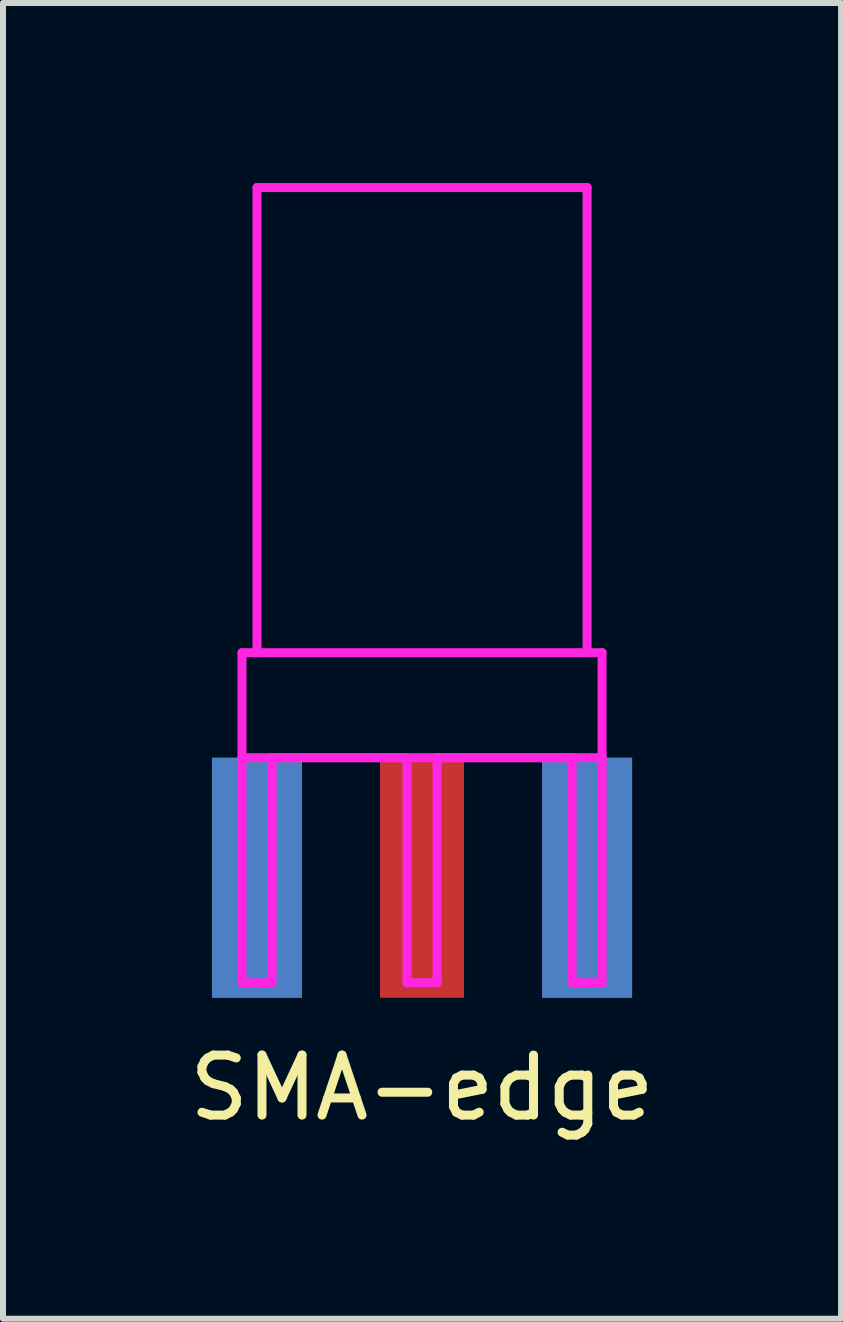
<source format=kicad_pcb>
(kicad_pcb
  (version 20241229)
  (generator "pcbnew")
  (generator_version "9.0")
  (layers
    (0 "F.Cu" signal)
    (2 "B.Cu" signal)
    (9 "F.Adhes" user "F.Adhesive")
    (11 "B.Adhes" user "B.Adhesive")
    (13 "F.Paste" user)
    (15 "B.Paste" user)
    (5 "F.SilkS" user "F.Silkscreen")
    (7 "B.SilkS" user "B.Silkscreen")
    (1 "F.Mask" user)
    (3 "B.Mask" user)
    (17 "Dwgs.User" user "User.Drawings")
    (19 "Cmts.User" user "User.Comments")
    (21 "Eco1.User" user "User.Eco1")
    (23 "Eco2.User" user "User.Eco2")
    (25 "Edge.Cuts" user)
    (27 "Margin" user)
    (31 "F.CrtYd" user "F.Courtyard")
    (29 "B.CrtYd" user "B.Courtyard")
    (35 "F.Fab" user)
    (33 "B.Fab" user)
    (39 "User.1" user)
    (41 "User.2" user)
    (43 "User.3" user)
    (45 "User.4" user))
  (footprint "SMA-edge"
    (layer "F.Cu")
    (at 3.982 9.575)
    (property "Reference" "SMA-edge" (at 0 5.5 0) (layer "F.SilkS") (effects (font (size 1 1) (thickness 0.15))))
    (attr through_hole)
    (fp_line (start -3 -1.75) (end -3 0) (stroke (width 0.15) (type solid)) (layer "F.CrtYd"))
    (fp_line (start -3 0) (end -3 3.75) (stroke (width 0.15) (type solid)) (layer "F.CrtYd"))
    (fp_line (start -3 0) (end 3 0) (stroke (width 0.15) (type solid)) (layer "F.CrtYd"))
    (fp_line (start -3 3.75) (end -2.5 3.75) (stroke (width 0.15) (type solid)) (layer "F.CrtYd"))
    (fp_line (start -2.75 -9.5) (end 2.75 -9.5) (stroke (width 0.15) (type solid)) (layer "F.CrtYd"))
    (fp_line (start -2.75 -1.75) (end -2.75 -9.5) (stroke (width 0.15) (type solid)) (layer "F.CrtYd"))
    (fp_line (start -2.5 0) (end -0.25 0) (stroke (width 0.15) (type solid)) (layer "F.CrtYd"))
    (fp_line (start -2.5 3.75) (end -2.5 0) (stroke (width 0.15) (type solid)) (layer "F.CrtYd"))
    (fp_line (start -0.25 0) (end -0.25 3.75) (stroke (width 0.15) (type solid)) (layer "F.CrtYd"))
    (fp_line (start -0.25 3.75) (end 0.25 3.75) (stroke (width 0.15) (type solid)) (layer "F.CrtYd"))
    (fp_line (start 0.25 0) (end 2.5 0) (stroke (width 0.15) (type solid)) (layer "F.CrtYd"))
    (fp_line (start 0.25 3.75) (end 0.25 0) (stroke (width 0.15) (type solid)) (layer "F.CrtYd"))
    (fp_line (start 2.5 0) (end 2.5 3.75) (stroke (width 0.15) (type solid)) (layer "F.CrtYd"))
    (fp_line (start 2.5 3.75) (end 3 3.75) (stroke (width 0.15) (type solid)) (layer "F.CrtYd"))
    (fp_line (start 2.75 -9.5) (end 2.75 -1.75) (stroke (width 0.15) (type solid)) (layer "F.CrtYd"))
    (fp_line (start 3 -1.75) (end -3 -1.75) (stroke (width 0.15) (type solid)) (layer "F.CrtYd"))
    (fp_line (start 3 0) (end 3 -1.75) (stroke (width 0.15) (type solid)) (layer "F.CrtYd"))
    (fp_line (start 3 3.75) (end 3 0) (stroke (width 0.15) (type solid)) (layer "F.CrtYd"))
    (pad "1" smd rect (at 0 2) (size 1.4 4) (layers "F.Cu" "F.Mask" "F.Paste"))
    (pad "2" smd rect (at -2.75 2) (size 1.5 4) (layers "F.Cu" "F.Mask" "F.Paste"))
    (pad "2" smd rect (at -2.75 2) (size 1.5 4) (layers "F.Mask" "B.Cu" "F.Paste"))
    (pad "2" smd rect (at 2.75 2) (size 1.5 4) (layers "F.Cu" "F.Mask" "F.Paste"))
    (pad "2" smd rect (at 2.75 2) (size 1.5 4) (layers "F.Mask" "B.Cu" "F.Paste")))
  (gr_rect
    (start -3 -3)
    (end 10.964 18.923)
    (stroke (width 0.1) (type default))
    (fill no)
    (layer "Edge.Cuts")))
</source>
